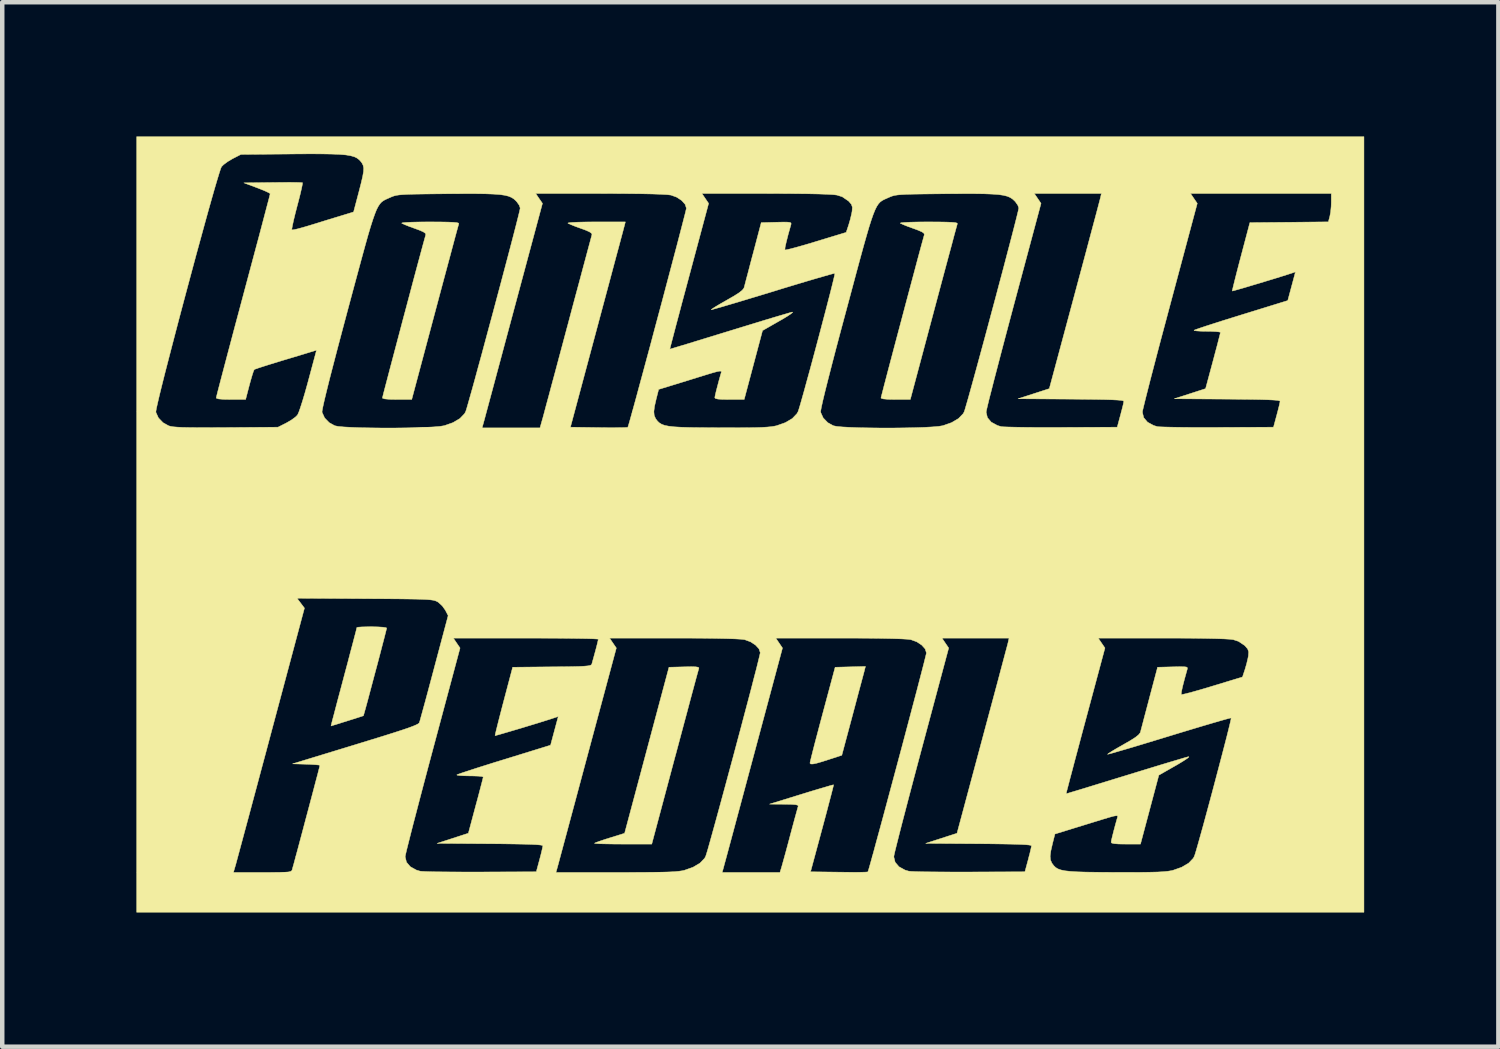
<source format=kicad_pcb>
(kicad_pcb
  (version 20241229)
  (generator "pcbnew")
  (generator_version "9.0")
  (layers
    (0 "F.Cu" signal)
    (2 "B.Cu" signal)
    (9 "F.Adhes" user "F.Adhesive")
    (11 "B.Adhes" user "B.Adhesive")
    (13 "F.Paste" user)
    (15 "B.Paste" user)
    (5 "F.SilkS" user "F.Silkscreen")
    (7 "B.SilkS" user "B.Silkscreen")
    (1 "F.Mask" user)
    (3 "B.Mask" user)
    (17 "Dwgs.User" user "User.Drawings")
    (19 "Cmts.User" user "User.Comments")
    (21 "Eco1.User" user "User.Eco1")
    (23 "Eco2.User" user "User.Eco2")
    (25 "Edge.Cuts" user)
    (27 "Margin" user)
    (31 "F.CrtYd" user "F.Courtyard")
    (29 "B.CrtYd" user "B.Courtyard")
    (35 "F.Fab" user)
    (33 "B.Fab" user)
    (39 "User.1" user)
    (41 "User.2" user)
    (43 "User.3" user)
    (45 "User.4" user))
  (footprint "consolePedalsLogo"
    (layer "F.Cu")
    (at 13.721 8.673)
    (property "Reference" "consolePedalsLogo" (at 0 0 0) (layer "F.SilkS") (effects (font (size 1.524 1.524) (thickness 0.3))))
    (attr through_hole)
    (fp_poly (pts (xy 2.555 3.245) (xy 2.543 3.294) (xy 2.516 3.395) (xy 2.477 3.541) (xy 2.428 3.723) (xy 2.372 3.934) (xy 2.311 4.164) (xy 2.291 4.239) (xy 2.045 5.159) (xy 1.783 5.244) (xy 1.606 5.301) (xy 1.481 5.337) (xy 1.399 5.354) (xy 1.354 5.354) (xy 1.335 5.339) (xy 1.334 5.329) (xy 1.342 5.289) (xy 1.365 5.195) (xy 1.4 5.055) (xy 1.446 4.876) (xy 1.502 4.665) (xy 1.564 4.43) (xy 1.615 4.239) (xy 1.896 3.191) (xy 2.235 3.182) (xy 2.574 3.173) (xy 2.555 3.245)) (stroke (width 0.01) (type solid)) (fill yes) (layer "F.SilkS"))
    (fp_poly (pts (xy -1.22 3.182) (xy -1.166 3.191) (xy -1.149 3.207) (xy -1.15 3.214) (xy -1.16 3.251) (xy -1.186 3.344) (xy -1.225 3.488) (xy -1.276 3.677) (xy -1.338 3.907) (xy -1.408 4.171) (xy -1.487 4.465) (xy -1.572 4.783) (xy -1.662 5.12) (xy -1.684 5.199) (xy -2.203 7.144) (xy -2.853 7.144) (xy -3.047 7.143) (xy -3.216 7.14) (xy -3.351 7.137) (xy -3.443 7.132) (xy -3.483 7.126) (xy -3.484 7.125) (xy -3.448 7.108) (xy -3.364 7.078) (xy -3.246 7.038) (xy -3.137 7.004) (xy -2.81 6.902) (xy -2.314 5.046) (xy -1.818 3.191) (xy -1.477 3.182) (xy -1.321 3.179) (xy -1.22 3.182)) (stroke (width 0.01) (type solid)) (fill yes) (layer "F.SilkS"))
    (fp_poly (pts (xy -8.325 2.289) (xy -8.215 2.296) (xy -8.146 2.306) (xy -8.128 2.315) (xy -8.136 2.35) (xy -8.158 2.437) (xy -8.191 2.567) (xy -8.234 2.731) (xy -8.283 2.92) (xy -8.337 3.125) (xy -8.394 3.337) (xy -8.45 3.548) (xy -8.503 3.747) (xy -8.551 3.928) (xy -8.592 4.079) (xy -8.624 4.193) (xy -8.643 4.26) (xy -8.648 4.275) (xy -8.678 4.286) (xy -8.756 4.311) (xy -8.872 4.348) (xy -9.012 4.392) (xy -9.372 4.504) (xy -9.352 4.419) (xy -9.339 4.368) (xy -9.311 4.264) (xy -9.272 4.115) (xy -9.223 3.928) (xy -9.165 3.712) (xy -9.102 3.475) (xy -9.063 3.327) (xy -8.998 3.085) (xy -8.94 2.862) (xy -8.888 2.667) (xy -8.846 2.506) (xy -8.815 2.388) (xy -8.798 2.318) (xy -8.795 2.303) (xy -8.765 2.296) (xy -8.685 2.29) (xy -8.568 2.287) (xy -8.461 2.286) (xy -8.325 2.289)) (stroke (width 0.01) (type solid)) (fill yes) (layer "F.SilkS"))
    (fp_poly (pts (xy -6.933 -6.762) (xy -6.76 -6.759) (xy -6.639 -6.754) (xy -6.562 -6.747) (xy -6.523 -6.736) (xy -6.516 -6.723) (xy -6.526 -6.686) (xy -6.552 -6.593) (xy -6.591 -6.45) (xy -6.642 -6.26) (xy -6.703 -6.031) (xy -6.774 -5.767) (xy -6.853 -5.473) (xy -6.938 -5.155) (xy -7.028 -4.818) (xy -7.049 -4.739) (xy -7.568 -2.794) (xy -7.896 -2.794) (xy -8.065 -2.797) (xy -8.173 -2.807) (xy -8.221 -2.823) (xy -8.223 -2.83) (xy -8.215 -2.864) (xy -8.193 -2.953) (xy -8.157 -3.09) (xy -8.11 -3.269) (xy -8.054 -3.483) (xy -7.99 -3.725) (xy -7.92 -3.99) (xy -7.846 -4.269) (xy -7.77 -4.558) (xy -7.692 -4.849) (xy -7.616 -5.135) (xy -7.543 -5.411) (xy -7.474 -5.669) (xy -7.411 -5.903) (xy -7.356 -6.107) (xy -7.311 -6.273) (xy -7.277 -6.396) (xy -7.257 -6.468) (xy -7.254 -6.478) (xy -7.263 -6.508) (xy -7.314 -6.543) (xy -7.414 -6.585) (xy -7.501 -6.617) (xy -7.623 -6.661) (xy -7.722 -6.701) (xy -7.783 -6.729) (xy -7.793 -6.736) (xy -7.772 -6.744) (xy -7.696 -6.751) (xy -7.574 -6.757) (xy -7.413 -6.761) (xy -7.222 -6.763) (xy -7.163 -6.763) (xy -6.933 -6.762)) (stroke (width 0.01) (type solid)) (fill yes) (layer "F.SilkS"))
    (fp_poly (pts (xy 4.211 -6.762) (xy 4.384 -6.759) (xy 4.506 -6.754) (xy 4.583 -6.747) (xy 4.621 -6.736) (xy 4.628 -6.723) (xy 4.618 -6.686) (xy 4.592 -6.593) (xy 4.553 -6.45) (xy 4.503 -6.26) (xy 4.441 -6.031) (xy 4.37 -5.767) (xy 4.291 -5.473) (xy 4.206 -5.155) (xy 4.116 -4.818) (xy 4.095 -4.739) (xy 3.576 -2.794) (xy 3.248 -2.794) (xy 3.079 -2.797) (xy 2.971 -2.807) (xy 2.924 -2.823) (xy 2.921 -2.83) (xy 2.929 -2.864) (xy 2.952 -2.953) (xy 2.987 -3.09) (xy 3.034 -3.269) (xy 3.09 -3.483) (xy 3.154 -3.725) (xy 3.224 -3.99) (xy 3.298 -4.269) (xy 3.375 -4.558) (xy 3.452 -4.849) (xy 3.528 -5.135) (xy 3.602 -5.411) (xy 3.671 -5.669) (xy 3.733 -5.903) (xy 3.788 -6.107) (xy 3.833 -6.273) (xy 3.867 -6.396) (xy 3.887 -6.468) (xy 3.89 -6.478) (xy 3.881 -6.508) (xy 3.83 -6.543) (xy 3.731 -6.585) (xy 3.643 -6.617) (xy 3.521 -6.661) (xy 3.422 -6.701) (xy 3.361 -6.729) (xy 3.351 -6.736) (xy 3.372 -6.744) (xy 3.448 -6.751) (xy 3.571 -6.757) (xy 3.731 -6.761) (xy 3.922 -6.763) (xy 3.982 -6.763) (xy 4.211 -6.762)) (stroke (width 0.01) (type solid)) (fill yes) (layer "F.SilkS"))
    (fp_poly (pts (xy 13.716 8.668) (xy -13.716 8.668) (xy -13.716 7.779) (xy -11.554 7.779) (xy -10.907 7.779) (xy -4.345 7.779) (xy -3.004 7.779) (xy -0.63 7.779) (xy 0.662 7.779) (xy 0.694 7.676) (xy 0.712 7.613) (xy 0.743 7.501) (xy 0.785 7.35) (xy 0.833 7.172) (xy 0.885 6.977) (xy 0.891 6.953) (xy 0.942 6.763) (xy 0.988 6.592) (xy 1.027 6.451) (xy 1.055 6.349) (xy 1.07 6.298) (xy 1.071 6.294) (xy 1.062 6.276) (xy 1.014 6.263) (xy 0.918 6.256) (xy 0.767 6.253) (xy 0.757 6.253) (xy 0.429 6.251) (xy 1.141 6.031) (xy 1.342 5.969) (xy 1.522 5.915) (xy 1.672 5.871) (xy 1.783 5.838) (xy 1.848 5.821) (xy 1.861 5.819) (xy 1.855 5.85) (xy 1.834 5.935) (xy 1.8 6.067) (xy 1.755 6.238) (xy 1.702 6.441) (xy 1.641 6.668) (xy 1.607 6.795) (xy 1.346 7.763) (xy 1.979 7.771) (xy 2.173 7.773) (xy 2.345 7.774) (xy 2.484 7.773) (xy 2.58 7.77) (xy 2.625 7.766) (xy 2.627 7.766) (xy 2.639 7.732) (xy 2.665 7.643) (xy 2.704 7.504) (xy 2.725 7.428) (xy 3.207 7.428) (xy 3.207 7.428) (xy 3.237 7.549) (xy 3.323 7.65) (xy 3.459 7.725) (xy 3.54 7.749) (xy 3.592 7.754) (xy 3.701 7.759) (xy 3.857 7.763) (xy 4.055 7.765) (xy 4.287 7.767) (xy 4.544 7.768) (xy 4.821 7.768) (xy 4.886 7.768) (xy 6.138 7.763) (xy 6.211 7.493) (xy 6.231 7.414) (xy 6.702 7.414) (xy 6.71 7.499) (xy 6.74 7.568) (xy 6.749 7.581) (xy 6.785 7.628) (xy 6.825 7.667) (xy 6.876 7.698) (xy 6.943 7.722) (xy 7.034 7.741) (xy 7.154 7.754) (xy 7.31 7.764) (xy 7.508 7.77) (xy 7.755 7.773) (xy 8.056 7.775) (xy 8.193 7.776) (xy 8.499 7.776) (xy 8.748 7.775) (xy 8.949 7.772) (xy 9.107 7.768) (xy 9.23 7.761) (xy 9.326 7.752) (xy 9.402 7.74) (xy 9.447 7.73) (xy 9.642 7.661) (xy 9.797 7.57) (xy 9.901 7.461) (xy 9.923 7.42) (xy 9.941 7.37) (xy 9.972 7.267) (xy 10.014 7.12) (xy 10.066 6.934) (xy 10.126 6.719) (xy 10.191 6.479) (xy 10.26 6.224) (xy 10.331 5.959) (xy 10.402 5.691) (xy 10.471 5.429) (xy 10.537 5.178) (xy 10.597 4.947) (xy 10.65 4.742) (xy 10.693 4.57) (xy 10.725 4.438) (xy 10.744 4.354) (xy 10.748 4.324) (xy 10.716 4.33) (xy 10.629 4.353) (xy 10.494 4.391) (xy 10.316 4.443) (xy 10.102 4.506) (xy 9.859 4.579) (xy 9.591 4.66) (xy 9.365 4.729) (xy 9.083 4.815) (xy 8.82 4.895) (xy 8.582 4.967) (xy 8.375 5.028) (xy 8.206 5.077) (xy 8.081 5.113) (xy 8.005 5.133) (xy 7.984 5.137) (xy 8.006 5.118) (xy 8.073 5.075) (xy 8.176 5.013) (xy 8.306 4.939) (xy 8.337 4.921) (xy 8.497 4.829) (xy 8.608 4.758) (xy 8.677 4.703) (xy 8.713 4.658) (xy 8.722 4.636) (xy 8.735 4.583) (xy 8.763 4.478) (xy 8.801 4.332) (xy 8.848 4.155) (xy 8.9 3.958) (xy 8.922 3.873) (xy 9.103 3.191) (xy 9.443 3.182) (xy 9.594 3.179) (xy 9.691 3.18) (xy 9.746 3.186) (xy 9.768 3.2) (xy 9.769 3.223) (xy 9.768 3.229) (xy 9.706 3.452) (xy 9.662 3.622) (xy 9.637 3.738) (xy 9.631 3.796) (xy 9.633 3.802) (xy 9.667 3.798) (xy 9.753 3.778) (xy 9.882 3.744) (xy 10.045 3.698) (xy 10.232 3.643) (xy 10.326 3.614) (xy 11.001 3.409) (xy 11.058 3.236) (xy 11.094 3.112) (xy 11.123 2.989) (xy 11.133 2.935) (xy 11.139 2.846) (xy 11.117 2.782) (xy 11.057 2.712) (xy 11.053 2.707) (xy 10.913 2.613) (xy 10.794 2.574) (xy 10.717 2.565) (xy 10.58 2.557) (xy 10.385 2.551) (xy 10.136 2.546) (xy 9.835 2.542) (xy 9.486 2.54) (xy 9.205 2.54) (xy 7.776 2.54) (xy 7.927 2.761) (xy 7.49 4.389) (xy 7.407 4.698) (xy 7.33 4.989) (xy 7.259 5.254) (xy 7.197 5.489) (xy 7.144 5.688) (xy 7.103 5.846) (xy 7.074 5.956) (xy 7.06 6.012) (xy 7.059 6.019) (xy 7.089 6.011) (xy 7.174 5.985) (xy 7.308 5.945) (xy 7.483 5.892) (xy 7.694 5.827) (xy 7.935 5.753) (xy 8.199 5.672) (xy 8.382 5.616) (xy 8.662 5.53) (xy 8.927 5.449) (xy 9.169 5.375) (xy 9.381 5.311) (xy 9.556 5.259) (xy 9.689 5.219) (xy 9.772 5.196) (xy 9.795 5.19) (xy 9.804 5.197) (xy 9.765 5.23) (xy 9.683 5.284) (xy 9.565 5.356) (xy 9.511 5.387) (xy 9.131 5.604) (xy 8.926 6.374) (xy 8.721 7.144) (xy 8.393 7.144) (xy 8.235 7.142) (xy 8.133 7.134) (xy 8.079 7.121) (xy 8.065 7.103) (xy 8.072 7.057) (xy 8.094 6.966) (xy 8.124 6.846) (xy 8.159 6.714) (xy 8.195 6.586) (xy 8.21 6.535) (xy 8.209 6.514) (xy 8.183 6.509) (xy 8.122 6.519) (xy 8.019 6.547) (xy 7.883 6.588) (xy 7.701 6.644) (xy 7.49 6.709) (xy 7.282 6.773) (xy 7.175 6.806) (xy 6.809 6.919) (xy 6.754 7.135) (xy 6.717 7.297) (xy 6.702 7.414) (xy 6.231 7.414) (xy 6.244 7.367) (xy 6.269 7.262) (xy 6.283 7.196) (xy 6.285 7.184) (xy 6.272 7.173) (xy 6.227 7.164) (xy 6.147 7.157) (xy 6.026 7.151) (xy 5.86 7.146) (xy 5.643 7.142) (xy 5.372 7.138) (xy 5.104 7.136) (xy 3.921 7.128) (xy 4.27 7.015) (xy 4.62 6.902) (xy 5.182 4.808) (xy 5.277 4.453) (xy 5.368 4.115) (xy 5.453 3.798) (xy 5.531 3.508) (xy 5.599 3.25) (xy 5.658 3.029) (xy 5.705 2.852) (xy 5.74 2.722) (xy 5.76 2.645) (xy 5.764 2.627) (xy 5.784 2.54) (xy 4.284 2.54) (xy 4.359 2.651) (xy 4.434 2.761) (xy 3.82 5.053) (xy 3.721 5.424) (xy 3.627 5.779) (xy 3.539 6.113) (xy 3.459 6.42) (xy 3.387 6.695) (xy 3.326 6.934) (xy 3.276 7.132) (xy 3.238 7.284) (xy 3.215 7.384) (xy 3.207 7.428) (xy 2.725 7.428) (xy 2.755 7.321) (xy 2.815 7.098) (xy 2.885 6.843) (xy 2.962 6.56) (xy 3.044 6.255) (xy 3.13 5.934) (xy 3.219 5.603) (xy 3.309 5.267) (xy 3.399 4.932) (xy 3.486 4.603) (xy 3.57 4.286) (xy 3.649 3.987) (xy 3.722 3.712) (xy 3.786 3.465) (xy 3.841 3.254) (xy 3.885 3.083) (xy 3.916 2.958) (xy 3.934 2.885) (xy 3.936 2.868) (xy 3.908 2.781) (xy 3.832 2.696) (xy 3.722 2.623) (xy 3.593 2.576) (xy 3.586 2.574) (xy 3.51 2.565) (xy 3.373 2.557) (xy 3.178 2.551) (xy 2.929 2.546) (xy 2.628 2.542) (xy 2.279 2.54) (xy 1.998 2.54) (xy 0.569 2.54) (xy 0.644 2.65) (xy 0.719 2.761) (xy 0.078 5.151) (xy -0.024 5.531) (xy -0.122 5.896) (xy -0.214 6.24) (xy -0.3 6.559) (xy -0.377 6.847) (xy -0.445 7.099) (xy -0.502 7.311) (xy -0.547 7.478) (xy -0.579 7.594) (xy -0.595 7.655) (xy -0.596 7.66) (xy -0.63 7.779) (xy -3.004 7.779) (xy -2.662 7.778) (xy -2.378 7.777) (xy -2.144 7.775) (xy -1.955 7.771) (xy -1.805 7.766) (xy -1.688 7.76) (xy -1.597 7.751) (xy -1.526 7.741) (xy -1.475 7.73) (xy -1.28 7.661) (xy -1.126 7.57) (xy -1.022 7.462) (xy -0.999 7.42) (xy -0.983 7.372) (xy -0.952 7.27) (xy -0.909 7.118) (xy -0.855 6.924) (xy -0.791 6.693) (xy -0.719 6.431) (xy -0.641 6.144) (xy -0.558 5.839) (xy -0.472 5.52) (xy -0.384 5.195) (xy -0.297 4.868) (xy -0.211 4.547) (xy -0.129 4.236) (xy -0.051 3.943) (xy 0.02 3.673) (xy 0.082 3.431) (xy 0.136 3.225) (xy 0.177 3.059) (xy 0.206 2.94) (xy 0.221 2.874) (xy 0.222 2.864) (xy 0.194 2.78) (xy 0.117 2.696) (xy 0.008 2.624) (xy -0.119 2.577) (xy -0.128 2.574) (xy -0.205 2.565) (xy -0.342 2.557) (xy -0.537 2.551) (xy -0.786 2.546) (xy -1.087 2.542) (xy -1.436 2.54) (xy -1.717 2.54) (xy -3.146 2.54) (xy -3.071 2.65) (xy -2.995 2.761) (xy -3.637 5.151) (xy -3.739 5.531) (xy -3.837 5.896) (xy -3.929 6.24) (xy -4.015 6.559) (xy -4.092 6.847) (xy -4.16 7.099) (xy -4.217 7.311) (xy -4.262 7.478) (xy -4.293 7.594) (xy -4.31 7.655) (xy -4.311 7.66) (xy -4.345 7.779) (xy -10.907 7.779) (xy -10.687 7.778) (xy -10.523 7.777) (xy -10.406 7.773) (xy -10.327 7.767) (xy -10.28 7.757) (xy -10.254 7.743) (xy -10.243 7.725) (xy -10.242 7.723) (xy -10.229 7.674) (xy -10.201 7.575) (xy -10.163 7.432) (xy -10.162 7.428) (xy -7.715 7.428) (xy -7.715 7.428) (xy -7.685 7.549) (xy -7.599 7.65) (xy -7.463 7.725) (xy -7.382 7.749) (xy -7.33 7.754) (xy -7.221 7.759) (xy -7.065 7.763) (xy -6.867 7.765) (xy -6.635 7.767) (xy -6.378 7.768) (xy -6.101 7.768) (xy -6.036 7.768) (xy -4.784 7.763) (xy -4.711 7.493) (xy -4.678 7.367) (xy -4.653 7.262) (xy -4.639 7.196) (xy -4.637 7.184) (xy -4.65 7.173) (xy -4.695 7.164) (xy -4.775 7.157) (xy -4.896 7.151) (xy -5.062 7.146) (xy -5.279 7.142) (xy -5.55 7.138) (xy -5.818 7.136) (xy -7.001 7.128) (xy -6.652 7.015) (xy -6.302 6.901) (xy -6.137 6.284) (xy -6.086 6.096) (xy -6.042 5.928) (xy -6.006 5.79) (xy -5.981 5.693) (xy -5.97 5.646) (xy -5.97 5.644) (xy -5.999 5.633) (xy -6.078 5.625) (xy -6.193 5.621) (xy -6.276 5.62) (xy -6.404 5.617) (xy -6.5 5.611) (xy -6.554 5.603) (xy -6.56 5.596) (xy -6.525 5.581) (xy -6.437 5.55) (xy -6.302 5.506) (xy -6.128 5.449) (xy -5.922 5.384) (xy -5.691 5.311) (xy -5.501 5.253) (xy -4.465 4.933) (xy -4.379 4.612) (xy -4.293 4.292) (xy -4.377 4.32) (xy -4.471 4.351) (xy -4.602 4.392) (xy -4.758 4.441) (xy -4.93 4.493) (xy -5.107 4.547) (xy -5.279 4.598) (xy -5.435 4.644) (xy -5.565 4.682) (xy -5.657 4.708) (xy -5.702 4.719) (xy -5.705 4.719) (xy -5.7 4.688) (xy -5.68 4.603) (xy -5.648 4.474) (xy -5.606 4.308) (xy -5.556 4.115) (xy -5.513 3.951) (xy -5.312 3.191) (xy -4.436 3.182) (xy -4.176 3.18) (xy -3.973 3.177) (xy -3.819 3.173) (xy -3.707 3.167) (xy -3.631 3.16) (xy -3.583 3.151) (xy -3.557 3.139) (xy -3.545 3.124) (xy -3.543 3.119) (xy -3.516 3.023) (xy -3.484 2.907) (xy -3.451 2.786) (xy -3.423 2.677) (xy -3.404 2.597) (xy -3.397 2.564) (xy -3.428 2.56) (xy -3.516 2.555) (xy -3.656 2.551) (xy -3.842 2.548) (xy -4.067 2.545) (xy -4.326 2.542) (xy -4.613 2.541) (xy -4.922 2.54) (xy -5.018 2.54) (xy -6.638 2.54) (xy -6.563 2.651) (xy -6.488 2.761) (xy -7.102 5.053) (xy -7.201 5.424) (xy -7.295 5.779) (xy -7.383 6.113) (xy -7.463 6.42) (xy -7.535 6.695) (xy -7.596 6.934) (xy -7.646 7.132) (xy -7.684 7.284) (xy -7.707 7.384) (xy -7.715 7.428) (xy -10.162 7.428) (xy -10.115 7.256) (xy -10.061 7.053) (xy -10.002 6.832) (xy -9.941 6.601) (xy -9.879 6.369) (xy -9.819 6.143) (xy -9.763 5.932) (xy -9.714 5.744) (xy -9.672 5.588) (xy -9.642 5.47) (xy -9.624 5.4) (xy -9.62 5.384) (xy -9.65 5.376) (xy -9.729 5.369) (xy -9.844 5.362) (xy -9.926 5.359) (xy -10.231 5.35) (xy -8.826 4.921) (xy -8.488 4.817) (xy -8.205 4.73) (xy -7.974 4.657) (xy -7.789 4.597) (xy -7.647 4.549) (xy -7.542 4.51) (xy -7.469 4.479) (xy -7.423 4.455) (xy -7.401 4.435) (xy -7.398 4.429) (xy -7.384 4.385) (xy -7.357 4.286) (xy -7.317 4.141) (xy -7.266 3.956) (xy -7.207 3.737) (xy -7.142 3.494) (xy -7.072 3.232) (xy -7.064 3.201) (xy -6.754 2.037) (xy -6.817 1.915) (xy -6.885 1.82) (xy -6.971 1.741) (xy -6.988 1.73) (xy -7.015 1.716) (xy -7.047 1.703) (xy -7.088 1.693) (xy -7.145 1.685) (xy -7.224 1.678) (xy -7.329 1.673) (xy -7.467 1.669) (xy -7.643 1.666) (xy -7.863 1.663) (xy -8.133 1.661) (xy -8.458 1.659) (xy -8.615 1.658) (xy -10.133 1.649) (xy -10.049 1.759) (xy -9.966 1.869) (xy -10.716 4.673) (xy -10.826 5.086) (xy -10.933 5.484) (xy -11.034 5.862) (xy -11.129 6.216) (xy -11.216 6.541) (xy -11.295 6.833) (xy -11.363 7.086) (xy -11.42 7.297) (xy -11.464 7.46) (xy -11.494 7.572) (xy -11.509 7.627) (xy -11.51 7.628) (xy -11.554 7.779) (xy -13.716 7.779) (xy -13.716 -2.509) (xy -13.287 -2.509) (xy -13.23 -2.383) (xy -13.126 -2.275) (xy -13.002 -2.206) (xy -12.957 -2.193) (xy -12.894 -2.183) (xy -12.807 -2.176) (xy -12.69 -2.17) (xy -12.535 -2.167) (xy -12.338 -2.165) (xy -12.09 -2.165) (xy -11.787 -2.167) (xy -11.716 -2.167) (xy -10.557 -2.175) (xy -10.369 -2.27) (xy -10.262 -2.332) (xy -10.17 -2.399) (xy -10.122 -2.446) (xy -10.097 -2.499) (xy -10.093 -2.509) (xy -9.573 -2.509) (xy -9.515 -2.382) (xy -9.411 -2.275) (xy -9.287 -2.207) (xy -9.212 -2.192) (xy -9.084 -2.18) (xy -8.911 -2.171) (xy -8.703 -2.163) (xy -8.47 -2.159) (xy -8.222 -2.156) (xy -7.967 -2.156) (xy -7.715 -2.159) (xy -7.709 -2.159) (xy -5.996 -2.159) (xy -4.701 -2.159) (xy -4.654 -2.326) (xy -4.637 -2.385) (xy -4.606 -2.5) (xy -4.562 -2.666) (xy -4.505 -2.875) (xy -4.439 -3.123) (xy -4.363 -3.403) (xy -4.281 -3.711) (xy -4.193 -4.039) (xy -4.101 -4.384) (xy -4.08 -4.461) (xy -3.989 -4.804) (xy -3.902 -5.129) (xy -3.82 -5.432) (xy -3.747 -5.706) (xy -3.682 -5.948) (xy -3.628 -6.15) (xy -3.585 -6.309) (xy -3.556 -6.418) (xy -3.541 -6.473) (xy -3.539 -6.478) (xy -3.548 -6.508) (xy -3.599 -6.543) (xy -3.699 -6.586) (xy -3.786 -6.617) (xy -3.908 -6.661) (xy -4.007 -6.701) (xy -4.068 -6.729) (xy -4.078 -6.736) (xy -4.057 -6.744) (xy -3.982 -6.751) (xy -3.859 -6.757) (xy -3.698 -6.761) (xy -3.508 -6.763) (xy -3.451 -6.763) (xy -2.793 -6.763) (xy -2.811 -6.691) (xy -2.822 -6.65) (xy -2.848 -6.551) (xy -2.888 -6.402) (xy -2.94 -6.206) (xy -3.004 -5.97) (xy -3.077 -5.697) (xy -3.158 -5.393) (xy -3.247 -5.062) (xy -3.341 -4.711) (xy -3.425 -4.397) (xy -4.021 -2.175) (xy -3.387 -2.166) (xy -3.193 -2.164) (xy -3.021 -2.164) (xy -2.882 -2.165) (xy -2.785 -2.168) (xy -2.74 -2.171) (xy -2.739 -2.172) (xy -2.727 -2.205) (xy -2.701 -2.294) (xy -2.662 -2.434) (xy -2.637 -2.524) (xy -2.156 -2.524) (xy -2.148 -2.438) (xy -2.118 -2.369) (xy -2.11 -2.357) (xy -2.074 -2.31) (xy -2.033 -2.271) (xy -1.982 -2.24) (xy -1.915 -2.215) (xy -1.824 -2.197) (xy -1.704 -2.183) (xy -1.548 -2.174) (xy -1.35 -2.168) (xy -1.104 -2.165) (xy -0.803 -2.163) (xy -0.665 -2.162) (xy -0.36 -2.162) (xy -0.11 -2.163) (xy 0.09 -2.165) (xy 0.249 -2.17) (xy 0.372 -2.177) (xy 0.468 -2.186) (xy 0.543 -2.198) (xy 0.589 -2.208) (xy 0.784 -2.277) (xy 0.938 -2.368) (xy 1.042 -2.477) (xy 1.06 -2.509) (xy 1.571 -2.509) (xy 1.629 -2.382) (xy 1.733 -2.275) (xy 1.857 -2.207) (xy 1.932 -2.192) (xy 2.06 -2.18) (xy 2.233 -2.171) (xy 2.441 -2.163) (xy 2.674 -2.159) (xy 2.923 -2.156) (xy 3.177 -2.156) (xy 3.429 -2.159) (xy 3.668 -2.164) (xy 3.884 -2.171) (xy 4.068 -2.181) (xy 4.21 -2.193) (xy 4.302 -2.208) (xy 4.303 -2.208) (xy 4.499 -2.277) (xy 4.653 -2.368) (xy 4.757 -2.476) (xy 4.776 -2.51) (xy 5.271 -2.51) (xy 5.271 -2.51) (xy 5.3 -2.388) (xy 5.386 -2.287) (xy 5.523 -2.213) (xy 5.604 -2.188) (xy 5.656 -2.183) (xy 5.764 -2.179) (xy 5.921 -2.175) (xy 6.119 -2.172) (xy 6.351 -2.17) (xy 6.608 -2.17) (xy 6.884 -2.17) (xy 6.95 -2.17) (xy 8.201 -2.175) (xy 8.274 -2.445) (xy 8.291 -2.51) (xy 8.763 -2.51) (xy 8.763 -2.51) (xy 8.793 -2.388) (xy 8.879 -2.287) (xy 9.015 -2.213) (xy 9.096 -2.188) (xy 9.149 -2.183) (xy 9.257 -2.179) (xy 9.414 -2.175) (xy 9.612 -2.172) (xy 9.843 -2.17) (xy 10.101 -2.17) (xy 10.377 -2.17) (xy 10.443 -2.17) (xy 11.694 -2.175) (xy 11.767 -2.445) (xy 11.8 -2.571) (xy 11.826 -2.675) (xy 11.84 -2.742) (xy 11.841 -2.754) (xy 11.828 -2.765) (xy 11.783 -2.774) (xy 11.703 -2.781) (xy 11.582 -2.787) (xy 11.416 -2.792) (xy 11.2 -2.796) (xy 10.929 -2.799) (xy 10.66 -2.802) (xy 9.477 -2.81) (xy 9.827 -2.923) (xy 10.176 -3.036) (xy 10.342 -3.653) (xy 10.392 -3.842) (xy 10.437 -4.01) (xy 10.472 -4.147) (xy 10.497 -4.244) (xy 10.508 -4.292) (xy 10.508 -4.294) (xy 10.479 -4.304) (xy 10.4 -4.312) (xy 10.285 -4.317) (xy 10.202 -4.318) (xy 10.075 -4.32) (xy 9.978 -4.326) (xy 9.924 -4.335) (xy 9.918 -4.342) (xy 9.953 -4.356) (xy 10.042 -4.387) (xy 10.176 -4.432) (xy 10.35 -4.488) (xy 10.556 -4.554) (xy 10.787 -4.626) (xy 10.977 -4.685) (xy 12.013 -5.005) (xy 12.099 -5.325) (xy 12.185 -5.646) (xy 12.101 -5.617) (xy 12.007 -5.587) (xy 11.877 -5.546) (xy 11.72 -5.497) (xy 11.548 -5.445) (xy 11.371 -5.391) (xy 11.199 -5.34) (xy 11.043 -5.293) (xy 10.914 -5.256) (xy 10.821 -5.23) (xy 10.776 -5.219) (xy 10.773 -5.218) (xy 10.778 -5.25) (xy 10.798 -5.335) (xy 10.83 -5.464) (xy 10.872 -5.63) (xy 10.922 -5.823) (xy 10.965 -5.987) (xy 11.166 -6.747) (xy 12.043 -6.755) (xy 12.92 -6.764) (xy 12.952 -6.882) (xy 12.971 -6.981) (xy 12.983 -7.109) (xy 12.986 -7.199) (xy 12.986 -7.398) (xy 9.84 -7.398) (xy 9.915 -7.287) (xy 9.99 -7.177) (xy 9.377 -4.885) (xy 9.278 -4.513) (xy 9.183 -4.159) (xy 9.095 -3.825) (xy 9.015 -3.518) (xy 8.943 -3.243) (xy 8.882 -3.003) (xy 8.832 -2.806) (xy 8.795 -2.654) (xy 8.771 -2.554) (xy 8.763 -2.51) (xy 8.291 -2.51) (xy 8.307 -2.571) (xy 8.333 -2.675) (xy 8.347 -2.742) (xy 8.349 -2.754) (xy 8.335 -2.765) (xy 8.291 -2.774) (xy 8.21 -2.781) (xy 8.09 -2.787) (xy 7.923 -2.792) (xy 7.707 -2.796) (xy 7.436 -2.799) (xy 7.168 -2.802) (xy 5.985 -2.81) (xy 6.334 -2.923) (xy 6.683 -3.036) (xy 7.246 -5.13) (xy 7.341 -5.485) (xy 7.432 -5.823) (xy 7.517 -6.14) (xy 7.594 -6.43) (xy 7.663 -6.688) (xy 7.722 -6.908) (xy 7.769 -7.086) (xy 7.803 -7.216) (xy 7.823 -7.293) (xy 7.828 -7.31) (xy 7.847 -7.398) (xy 6.348 -7.398) (xy 6.423 -7.287) (xy 6.498 -7.177) (xy 5.884 -4.885) (xy 5.785 -4.513) (xy 5.691 -4.159) (xy 5.603 -3.825) (xy 5.523 -3.518) (xy 5.451 -3.243) (xy 5.39 -3.003) (xy 5.339 -2.806) (xy 5.302 -2.654) (xy 5.279 -2.554) (xy 5.271 -2.51) (xy 4.776 -2.51) (xy 4.78 -2.517) (xy 4.796 -2.565) (xy 4.826 -2.668) (xy 4.87 -2.82) (xy 4.924 -3.014) (xy 4.988 -3.245) (xy 5.06 -3.507) (xy 5.138 -3.794) (xy 5.221 -4.099) (xy 5.307 -4.418) (xy 5.394 -4.743) (xy 5.482 -5.07) (xy 5.567 -5.391) (xy 5.65 -5.701) (xy 5.727 -5.995) (xy 5.798 -6.265) (xy 5.861 -6.507) (xy 5.914 -6.713) (xy 5.956 -6.879) (xy 5.985 -6.998) (xy 5.999 -7.063) (xy 6.001 -7.074) (xy 5.979 -7.136) (xy 5.926 -7.212) (xy 5.905 -7.234) (xy 5.859 -7.276) (xy 5.806 -7.31) (xy 5.741 -7.337) (xy 5.657 -7.358) (xy 5.548 -7.374) (xy 5.408 -7.384) (xy 5.23 -7.391) (xy 5.008 -7.394) (xy 4.737 -7.394) (xy 4.408 -7.392) (xy 4.359 -7.392) (xy 4.065 -7.389) (xy 3.827 -7.386) (xy 3.637 -7.383) (xy 3.49 -7.379) (xy 3.378 -7.373) (xy 3.294 -7.366) (xy 3.229 -7.356) (xy 3.179 -7.343) (xy 3.134 -7.327) (xy 3.091 -7.308) (xy 3.035 -7.283) (xy 2.985 -7.261) (xy 2.941 -7.236) (xy 2.901 -7.206) (xy 2.864 -7.165) (xy 2.827 -7.109) (xy 2.79 -7.035) (xy 2.75 -6.937) (xy 2.706 -6.812) (xy 2.656 -6.656) (xy 2.6 -6.464) (xy 2.534 -6.232) (xy 2.458 -5.955) (xy 2.37 -5.63) (xy 2.269 -5.252) (xy 2.153 -4.82) (xy 2.027 -4.351) (xy 1.916 -3.932) (xy 1.82 -3.563) (xy 1.739 -3.247) (xy 1.673 -2.985) (xy 1.623 -2.778) (xy 1.59 -2.629) (xy 1.573 -2.537) (xy 1.571 -2.509) (xy 1.06 -2.509) (xy 1.065 -2.517) (xy 1.083 -2.568) (xy 1.114 -2.671) (xy 1.156 -2.818) (xy 1.208 -3.003) (xy 1.267 -3.219) (xy 1.333 -3.458) (xy 1.402 -3.714) (xy 1.473 -3.979) (xy 1.544 -4.246) (xy 1.613 -4.509) (xy 1.679 -4.759) (xy 1.739 -4.991) (xy 1.792 -5.196) (xy 1.835 -5.368) (xy 1.867 -5.5) (xy 1.886 -5.584) (xy 1.89 -5.614) (xy 1.857 -5.608) (xy 1.771 -5.585) (xy 1.635 -5.546) (xy 1.458 -5.495) (xy 1.244 -5.432) (xy 1.001 -5.359) (xy 0.733 -5.278) (xy 0.507 -5.208) (xy 0.224 -5.122) (xy -0.039 -5.043) (xy -0.276 -4.971) (xy -0.483 -4.91) (xy -0.652 -4.86) (xy -0.778 -4.825) (xy -0.853 -4.804) (xy -0.874 -4.801) (xy -0.853 -4.819) (xy -0.785 -4.863) (xy -0.682 -4.925) (xy -0.552 -4.999) (xy -0.521 -5.017) (xy -0.361 -5.109) (xy -0.25 -5.18) (xy -0.181 -5.235) (xy -0.145 -5.28) (xy -0.137 -5.301) (xy -0.123 -5.355) (xy -0.096 -5.46) (xy -0.057 -5.605) (xy -0.011 -5.782) (xy 0.041 -5.98) (xy 0.064 -6.064) (xy 0.244 -6.747) (xy 0.585 -6.756) (xy 0.735 -6.759) (xy 0.833 -6.758) (xy 0.887 -6.751) (xy 0.91 -6.738) (xy 0.911 -6.715) (xy 0.91 -6.708) (xy 0.847 -6.485) (xy 0.804 -6.315) (xy 0.778 -6.2) (xy 0.773 -6.142) (xy 0.775 -6.136) (xy 0.809 -6.14) (xy 0.895 -6.16) (xy 1.024 -6.194) (xy 1.187 -6.24) (xy 1.374 -6.295) (xy 1.468 -6.324) (xy 2.143 -6.529) (xy 2.2 -6.701) (xy 2.236 -6.825) (xy 2.265 -6.949) (xy 2.275 -7.003) (xy 2.281 -7.092) (xy 2.259 -7.156) (xy 2.199 -7.226) (xy 2.194 -7.23) (xy 2.055 -7.325) (xy 1.935 -7.363) (xy 1.859 -7.372) (xy 1.722 -7.38) (xy 1.527 -7.387) (xy 1.278 -7.392) (xy 0.977 -7.395) (xy 0.628 -7.397) (xy 0.347 -7.398) (xy -1.082 -7.398) (xy -0.932 -7.177) (xy -1.368 -5.549) (xy -1.451 -5.239) (xy -1.529 -4.949) (xy -1.599 -4.683) (xy -1.662 -4.448) (xy -1.714 -4.249) (xy -1.755 -4.092) (xy -1.784 -3.982) (xy -1.798 -3.925) (xy -1.799 -3.919) (xy -1.769 -3.927) (xy -1.684 -3.953) (xy -1.551 -3.993) (xy -1.375 -4.046) (xy -1.164 -4.111) (xy -0.923 -4.185) (xy -0.659 -4.266) (xy -0.476 -4.322) (xy -0.196 -4.408) (xy 0.069 -4.489) (xy 0.31 -4.563) (xy 0.522 -4.627) (xy 0.698 -4.679) (xy 0.831 -4.718) (xy 0.914 -4.742) (xy 0.937 -4.748) (xy 0.946 -4.741) (xy 0.907 -4.708) (xy 0.825 -4.653) (xy 0.707 -4.582) (xy 0.652 -4.551) (xy 0.273 -4.334) (xy 0.068 -3.564) (xy -0.137 -2.794) (xy -0.466 -2.794) (xy -0.623 -2.796) (xy -0.725 -2.803) (xy -0.78 -2.817) (xy -0.794 -2.834) (xy -0.786 -2.881) (xy -0.765 -2.972) (xy -0.734 -3.092) (xy -0.699 -3.224) (xy -0.663 -3.352) (xy -0.648 -3.403) (xy -0.649 -3.423) (xy -0.676 -3.429) (xy -0.736 -3.419) (xy -0.839 -3.391) (xy -0.975 -3.35) (xy -1.157 -3.294) (xy -1.368 -3.228) (xy -1.576 -3.164) (xy -1.683 -3.131) (xy -2.049 -3.019) (xy -2.104 -2.803) (xy -2.141 -2.641) (xy -2.156 -2.524) (xy -2.637 -2.524) (xy -2.611 -2.617) (xy -2.55 -2.839) (xy -2.481 -3.095) (xy -2.404 -3.378) (xy -2.322 -3.682) (xy -2.235 -4.003) (xy -2.147 -4.335) (xy -2.057 -4.671) (xy -1.967 -5.006) (xy -1.88 -5.335) (xy -1.796 -5.652) (xy -1.717 -5.951) (xy -1.644 -6.226) (xy -1.58 -6.472) (xy -1.525 -6.684) (xy -1.481 -6.855) (xy -1.449 -6.98) (xy -1.432 -7.053) (xy -1.429 -7.07) (xy -1.457 -7.156) (xy -1.534 -7.242) (xy -1.644 -7.315) (xy -1.773 -7.362) (xy -1.779 -7.363) (xy -1.856 -7.372) (xy -1.993 -7.38) (xy -2.188 -7.387) (xy -2.437 -7.392) (xy -2.738 -7.395) (xy -3.087 -7.397) (xy -3.368 -7.398) (xy -4.797 -7.398) (xy -4.722 -7.287) (xy -4.646 -7.177) (xy -5.288 -4.787) (xy -5.39 -4.407) (xy -5.488 -4.042) (xy -5.58 -3.698) (xy -5.666 -3.379) (xy -5.743 -3.091) (xy -5.811 -2.839) (xy -5.868 -2.627) (xy -5.913 -2.46) (xy -5.944 -2.344) (xy -5.961 -2.283) (xy -5.962 -2.278) (xy -5.996 -2.159) (xy -7.709 -2.159) (xy -7.477 -2.164) (xy -7.261 -2.171) (xy -7.077 -2.181) (xy -6.934 -2.193) (xy -6.843 -2.208) (xy -6.841 -2.208) (xy -6.646 -2.277) (xy -6.492 -2.368) (xy -6.388 -2.476) (xy -6.365 -2.517) (xy -6.348 -2.565) (xy -6.318 -2.668) (xy -6.275 -2.82) (xy -6.22 -3.014) (xy -6.156 -3.245) (xy -6.085 -3.507) (xy -6.006 -3.794) (xy -5.924 -4.099) (xy -5.838 -4.418) (xy -5.75 -4.743) (xy -5.663 -5.07) (xy -5.577 -5.391) (xy -5.495 -5.701) (xy -5.417 -5.995) (xy -5.346 -6.265) (xy -5.283 -6.507) (xy -5.23 -6.713) (xy -5.188 -6.879) (xy -5.159 -6.998) (xy -5.145 -7.063) (xy -5.144 -7.074) (xy -5.165 -7.136) (xy -5.219 -7.212) (xy -5.239 -7.234) (xy -5.285 -7.276) (xy -5.338 -7.31) (xy -5.403 -7.337) (xy -5.487 -7.358) (xy -5.596 -7.374) (xy -5.736 -7.384) (xy -5.914 -7.391) (xy -6.136 -7.394) (xy -6.408 -7.394) (xy -6.736 -7.392) (xy -6.785 -7.392) (xy -7.079 -7.389) (xy -7.318 -7.386) (xy -7.507 -7.383) (xy -7.654 -7.379) (xy -7.766 -7.373) (xy -7.851 -7.366) (xy -7.915 -7.356) (xy -7.966 -7.343) (xy -8.01 -7.327) (xy -8.053 -7.308) (xy -8.11 -7.283) (xy -8.159 -7.261) (xy -8.203 -7.236) (xy -8.243 -7.206) (xy -8.28 -7.165) (xy -8.317 -7.109) (xy -8.355 -7.035) (xy -8.394 -6.937) (xy -8.438 -6.812) (xy -8.488 -6.656) (xy -8.545 -6.464) (xy -8.61 -6.232) (xy -8.686 -5.955) (xy -8.774 -5.63) (xy -8.876 -5.252) (xy -8.992 -4.82) (xy -9.117 -4.351) (xy -9.228 -3.932) (xy -9.324 -3.563) (xy -9.406 -3.247) (xy -9.471 -2.985) (xy -9.521 -2.778) (xy -9.554 -2.629) (xy -9.571 -2.537) (xy -9.573 -2.509) (xy -10.093 -2.509) (xy -10.059 -2.604) (xy -10.012 -2.75) (xy -9.959 -2.927) (xy -9.903 -3.126) (xy -9.88 -3.211) (xy -9.696 -3.896) (xy -9.873 -3.842) (xy -9.964 -3.814) (xy -10.102 -3.772) (xy -10.269 -3.722) (xy -10.453 -3.667) (xy -10.557 -3.635) (xy -10.727 -3.583) (xy -10.876 -3.536) (xy -10.993 -3.498) (xy -11.067 -3.472) (xy -11.088 -3.463) (xy -11.105 -3.426) (xy -11.133 -3.341) (xy -11.168 -3.221) (xy -11.196 -3.119) (xy -11.281 -2.794) (xy -11.61 -2.794) (xy -11.777 -2.797) (xy -11.884 -2.806) (xy -11.933 -2.822) (xy -11.938 -2.83) (xy -11.93 -2.866) (xy -11.907 -2.959) (xy -11.87 -3.102) (xy -11.82 -3.293) (xy -11.759 -3.525) (xy -11.688 -3.794) (xy -11.608 -4.095) (xy -11.521 -4.424) (xy -11.427 -4.774) (xy -11.335 -5.119) (xy -11.237 -5.486) (xy -11.144 -5.834) (xy -11.057 -6.159) (xy -10.977 -6.457) (xy -10.907 -6.723) (xy -10.847 -6.951) (xy -10.798 -7.137) (xy -10.761 -7.276) (xy -10.739 -7.363) (xy -10.732 -7.394) (xy -10.759 -7.413) (xy -10.834 -7.449) (xy -10.943 -7.494) (xy -11.025 -7.526) (xy -11.319 -7.636) (xy -10.671 -7.644) (xy -10.475 -7.646) (xy -10.301 -7.647) (xy -10.16 -7.646) (xy -10.06 -7.643) (xy -10.012 -7.639) (xy -10.009 -7.638) (xy -10.012 -7.604) (xy -10.029 -7.519) (xy -10.058 -7.394) (xy -10.097 -7.239) (xy -10.13 -7.114) (xy -10.174 -6.943) (xy -10.21 -6.794) (xy -10.235 -6.678) (xy -10.248 -6.605) (xy -10.247 -6.585) (xy -10.211 -6.587) (xy -10.128 -6.605) (xy -10.009 -6.637) (xy -9.869 -6.678) (xy -9.683 -6.735) (xy -9.478 -6.799) (xy -9.284 -6.858) (xy -9.188 -6.887) (xy -8.868 -6.985) (xy -8.752 -7.424) (xy -8.7 -7.626) (xy -8.665 -7.776) (xy -8.646 -7.886) (xy -8.642 -7.966) (xy -8.654 -8.026) (xy -8.679 -8.076) (xy -8.702 -8.108) (xy -8.742 -8.152) (xy -8.79 -8.189) (xy -8.851 -8.219) (xy -8.933 -8.242) (xy -9.039 -8.26) (xy -9.178 -8.272) (xy -9.355 -8.279) (xy -9.576 -8.283) (xy -9.846 -8.284) (xy -10.173 -8.282) (xy -10.249 -8.281) (xy -11.387 -8.271) (xy -11.572 -8.176) (xy -11.68 -8.112) (xy -11.772 -8.044) (xy -11.82 -7.996) (xy -11.839 -7.951) (xy -11.872 -7.85) (xy -11.918 -7.699) (xy -11.976 -7.503) (xy -12.043 -7.268) (xy -12.119 -6.999) (xy -12.201 -6.702) (xy -12.289 -6.381) (xy -12.382 -6.043) (xy -12.476 -5.693) (xy -12.572 -5.336) (xy -12.668 -4.977) (xy -12.762 -4.623) (xy -12.852 -4.279) (xy -12.938 -3.949) (xy -13.018 -3.64) (xy -13.091 -3.357) (xy -13.154 -3.106) (xy -13.207 -2.891) (xy -13.247 -2.719) (xy -13.275 -2.594) (xy -13.287 -2.522) (xy -13.287 -2.509) (xy -13.716 -2.509) (xy -13.716 -8.668) (xy 13.716 -8.668) (xy 13.716 8.668)) (stroke (width 0.01) (type solid)) (fill yes) (layer "F.SilkS")))
  (gr_rect
    (start -3 -3)
    (end 30.442 20.346)
    (stroke (width 0.1) (type default))
    (fill no)
    (layer "Edge.Cuts")))
</source>
